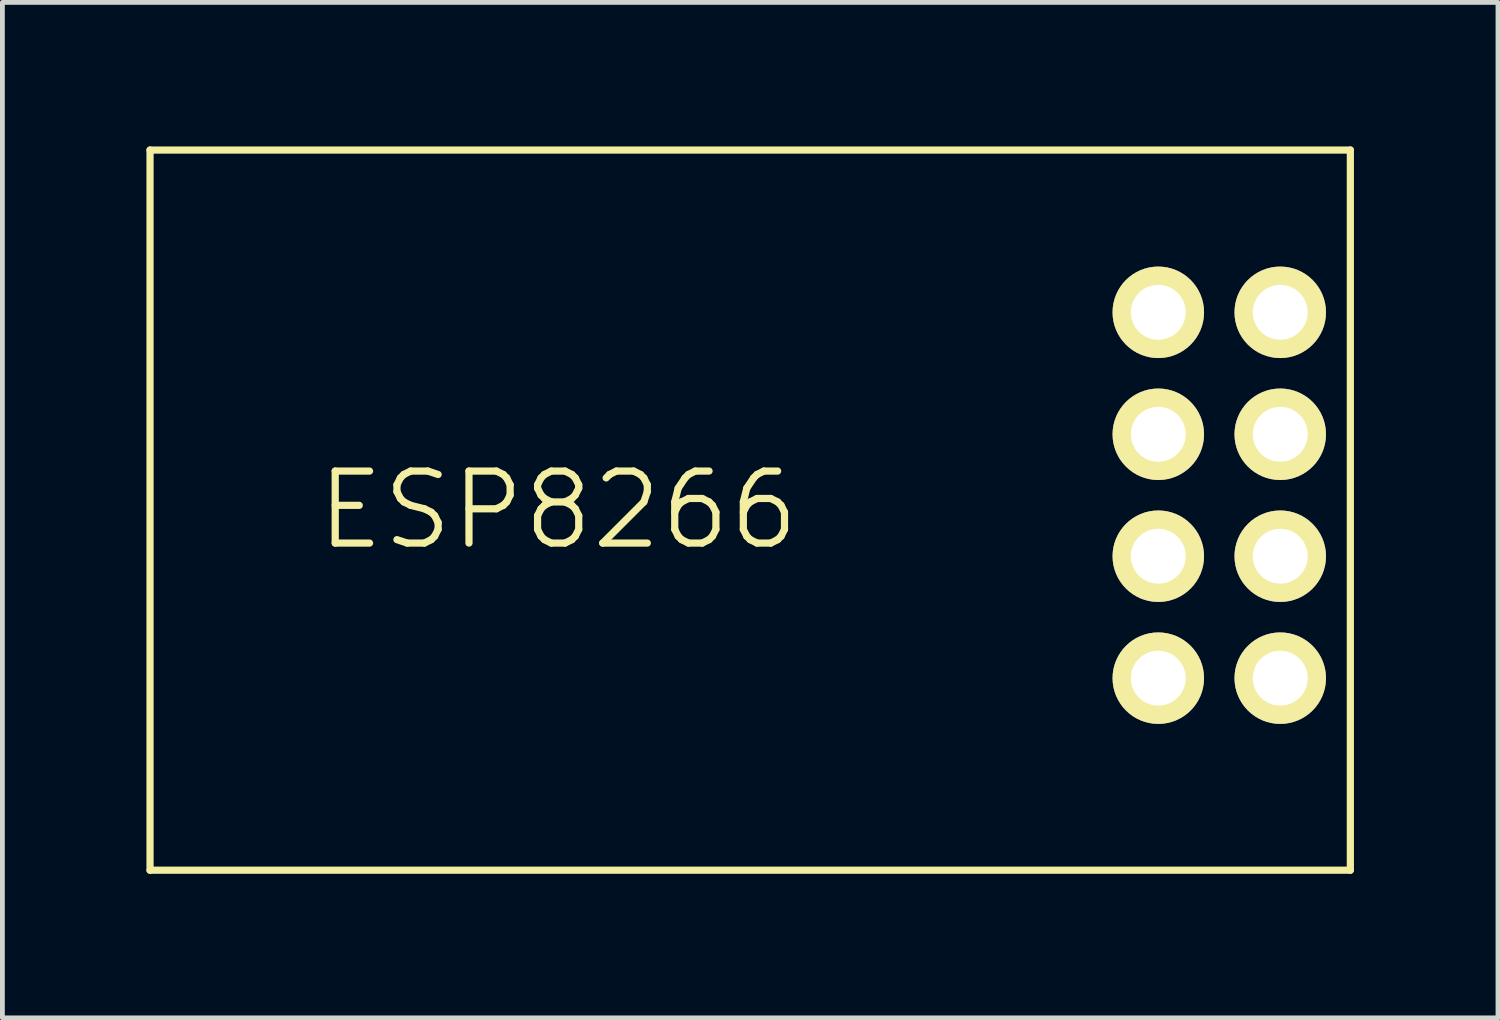
<source format=kicad_pcb>
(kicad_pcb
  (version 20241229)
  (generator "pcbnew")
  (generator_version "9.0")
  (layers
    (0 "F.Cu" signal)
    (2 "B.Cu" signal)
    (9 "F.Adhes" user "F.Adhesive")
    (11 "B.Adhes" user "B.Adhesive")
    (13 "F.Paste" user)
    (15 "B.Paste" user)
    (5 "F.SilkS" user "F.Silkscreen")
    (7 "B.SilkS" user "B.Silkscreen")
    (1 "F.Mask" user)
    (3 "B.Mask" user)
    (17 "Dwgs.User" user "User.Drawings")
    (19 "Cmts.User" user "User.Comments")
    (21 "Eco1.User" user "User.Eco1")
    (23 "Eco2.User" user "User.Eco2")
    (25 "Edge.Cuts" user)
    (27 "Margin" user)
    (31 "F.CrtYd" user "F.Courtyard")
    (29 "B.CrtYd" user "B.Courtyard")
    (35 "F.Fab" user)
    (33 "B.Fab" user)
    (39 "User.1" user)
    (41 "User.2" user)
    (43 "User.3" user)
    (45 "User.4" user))
  (footprint "ESP8266"
    (layer "F.Cu")
    (at 21.075 11.075)
    (property "Reference" "ESP8266" (at -12.5 -3.5 0) (layer "F.SilkS") (effects (font (size 1.5 1.5) (thickness 0.15))))
    (attr through_hole)
    (fp_line (start -21 -11) (end 4 -11) (stroke (width 0.15) (type solid)) (layer "F.SilkS"))
    (fp_line (start -21 4) (end -21 -11) (stroke (width 0.15) (type solid)) (layer "F.SilkS"))
    (fp_line (start 4 -11) (end 4 4) (stroke (width 0.15) (type solid)) (layer "F.SilkS"))
    (fp_line (start 4 4) (end -21 4) (stroke (width 0.15) (type solid)) (layer "F.SilkS"))
    (pad "1" thru_hole circle (at 2.54 0) (size 1.905 1.905) (drill 1.143) (layers "*.Cu" "*.Mask" "F.SilkS"))
    (pad "2" thru_hole circle (at 0 0) (size 1.905 1.905) (drill 1.143) (layers "*.Cu" "*.Mask" "F.SilkS"))
    (pad "3" thru_hole circle (at 2.54 -2.54) (size 1.905 1.905) (drill 1.143) (layers "*.Cu" "*.Mask" "F.SilkS"))
    (pad "4" thru_hole circle (at 0 -2.54) (size 1.905 1.905) (drill 1.143) (layers "*.Cu" "*.Mask" "F.SilkS"))
    (pad "5" thru_hole circle (at 2.54 -5.08) (size 1.905 1.905) (drill 1.143) (layers "*.Cu" "*.Mask" "F.SilkS"))
    (pad "6" thru_hole circle (at 0 -5.08) (size 1.905 1.905) (drill 1.143) (layers "*.Cu" "*.Mask" "F.SilkS"))
    (pad "7" thru_hole circle (at 2.54 -7.62) (size 1.905 1.905) (drill 1.143) (layers "*.Cu" "*.Mask" "F.SilkS"))
    (pad "8" thru_hole circle (at 0 -7.62) (size 1.905 1.905) (drill 1.143) (layers "*.Cu" "*.Mask" "F.SilkS")))
  (gr_rect
    (start -3 -3)
    (end 28.15 18.15)
    (stroke (width 0.1) (type default))
    (fill no)
    (layer "Edge.Cuts")))
</source>
